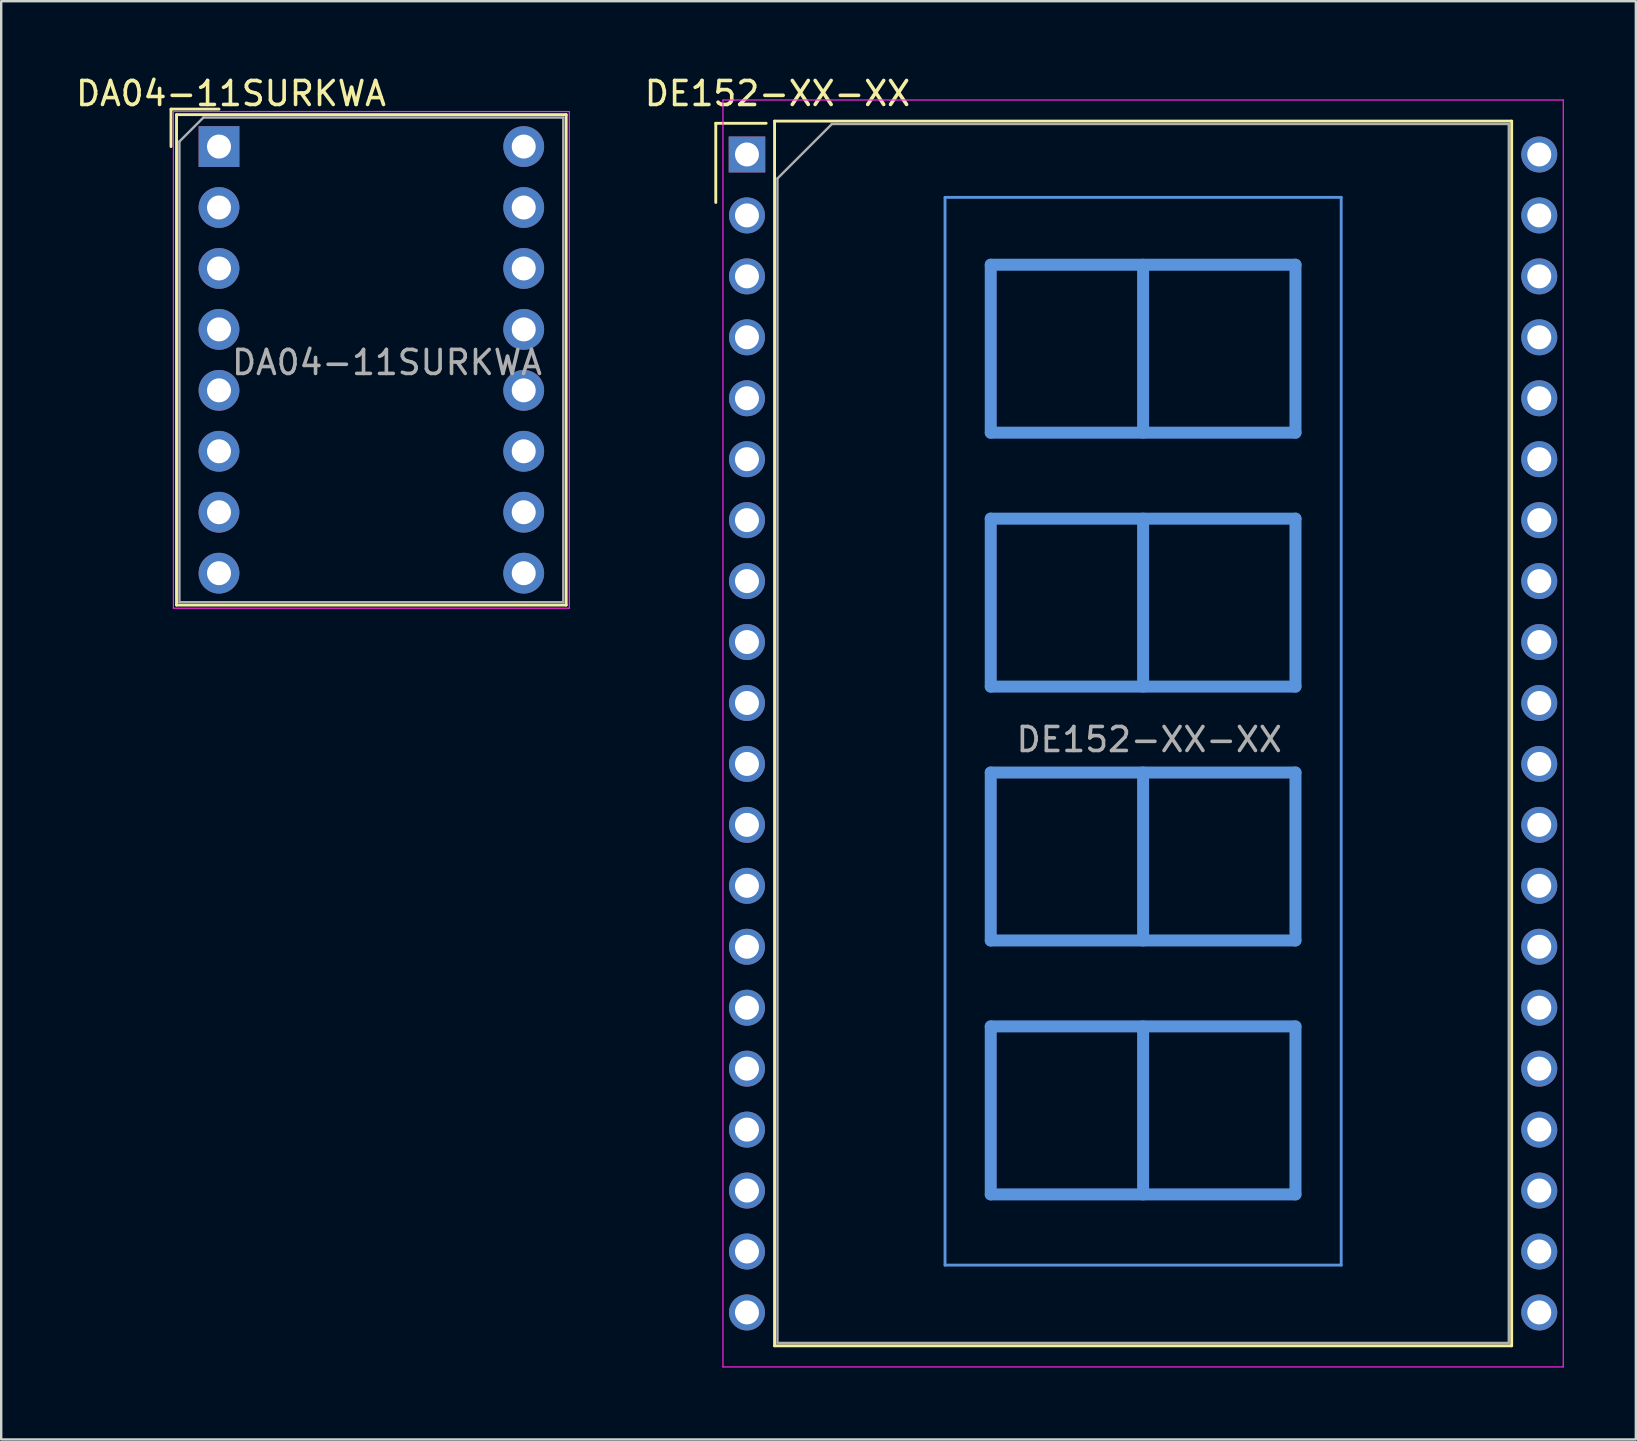
<source format=kicad_pcb>
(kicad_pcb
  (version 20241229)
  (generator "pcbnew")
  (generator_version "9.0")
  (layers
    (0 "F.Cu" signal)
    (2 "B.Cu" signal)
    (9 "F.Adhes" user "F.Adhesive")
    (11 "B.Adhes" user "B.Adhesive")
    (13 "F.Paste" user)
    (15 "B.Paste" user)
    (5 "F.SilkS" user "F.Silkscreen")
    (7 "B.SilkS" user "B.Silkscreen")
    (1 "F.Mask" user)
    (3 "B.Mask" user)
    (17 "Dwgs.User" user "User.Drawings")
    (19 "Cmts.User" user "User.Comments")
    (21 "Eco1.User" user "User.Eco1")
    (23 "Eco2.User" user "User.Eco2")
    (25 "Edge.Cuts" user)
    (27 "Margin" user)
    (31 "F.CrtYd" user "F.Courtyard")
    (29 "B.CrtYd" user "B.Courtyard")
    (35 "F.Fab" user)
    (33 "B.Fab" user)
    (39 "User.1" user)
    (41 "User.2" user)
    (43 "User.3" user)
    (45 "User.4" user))
  (footprint "DE152-XX-XX"
    (layer "F.Cu")
    (at 28.081 3.388)
    (property "Reference" "DE152-XX-XX" (at 1.27 -2.54 0) (layer "F.SilkS") (effects (font (size 1 1) (thickness 0.15))))
    (attr through_hole)
    (fp_line (start -1.3 -1.3) (end -1.3 2) (stroke (width 0.12) (type solid)) (layer "F.SilkS"))
    (fp_line (start -1.3 -1.3) (end 0.8 -1.3) (stroke (width 0.12) (type solid)) (layer "F.SilkS"))
    (fp_line (start 1.15 -1.39) (end 1.15 49.65) (stroke (width 0.12) (type solid)) (layer "F.SilkS"))
    (fp_line (start 1.15 49.65) (end 31.87 49.65) (stroke (width 0.12) (type solid)) (layer "F.SilkS"))
    (fp_line (start 31.87 -1.39) (end 1.15 -1.39) (stroke (width 0.12) (type solid)) (layer "F.SilkS"))
    (fp_line (start 31.87 49.65) (end 31.87 -1.39) (stroke (width 0.12) (type solid)) (layer "F.SilkS"))
    (fp_line (start 8.255 1.788) (end 8.255 46.288) (stroke (width 0.12) (type solid)) (layer "Cmts.User"))
    (fp_line (start 8.255 1.788) (end 24.765 1.788) (stroke (width 0.12) (type solid)) (layer "Cmts.User"))
    (fp_line (start 8.255 46.288) (end 24.765 46.288) (stroke (width 0.12) (type solid)) (layer "Cmts.User"))
    (fp_line (start 10.16 4.595) (end 22.86 4.595) (stroke (width 0.5) (type solid)) (layer "Cmts.User"))
    (fp_line (start 10.16 11.595) (end 10.16 4.595) (stroke (width 0.5) (type solid)) (layer "Cmts.User"))
    (fp_line (start 10.16 15.177) (end 22.86 15.177) (stroke (width 0.5) (type solid)) (layer "Cmts.User"))
    (fp_line (start 10.16 22.177) (end 10.16 15.177) (stroke (width 0.5) (type solid)) (layer "Cmts.User"))
    (fp_line (start 10.16 25.758) (end 22.86 25.758) (stroke (width 0.5) (type solid)) (layer "Cmts.User"))
    (fp_line (start 10.16 32.758) (end 10.16 25.758) (stroke (width 0.5) (type solid)) (layer "Cmts.User"))
    (fp_line (start 10.16 36.34) (end 22.86 36.34) (stroke (width 0.5) (type solid)) (layer "Cmts.User"))
    (fp_line (start 10.16 43.34) (end 10.16 36.34) (stroke (width 0.5) (type solid)) (layer "Cmts.User"))
    (fp_line (start 16.51 4.595) (end 16.51 11.595) (stroke (width 0.5) (type solid)) (layer "Cmts.User"))
    (fp_line (start 16.51 15.177) (end 16.51 22.177) (stroke (width 0.5) (type solid)) (layer "Cmts.User"))
    (fp_line (start 16.51 25.758) (end 16.51 32.758) (stroke (width 0.5) (type solid)) (layer "Cmts.User"))
    (fp_line (start 16.51 36.34) (end 16.51 43.34) (stroke (width 0.5) (type solid)) (layer "Cmts.User"))
    (fp_line (start 22.86 4.595) (end 22.86 11.595) (stroke (width 0.5) (type solid)) (layer "Cmts.User"))
    (fp_line (start 22.86 11.595) (end 10.16 11.595) (stroke (width 0.5) (type solid)) (layer "Cmts.User"))
    (fp_line (start 22.86 15.177) (end 22.86 22.177) (stroke (width 0.5) (type solid)) (layer "Cmts.User"))
    (fp_line (start 22.86 22.177) (end 10.16 22.177) (stroke (width 0.5) (type solid)) (layer "Cmts.User"))
    (fp_line (start 22.86 25.758) (end 22.86 32.758) (stroke (width 0.5) (type solid)) (layer "Cmts.User"))
    (fp_line (start 22.86 32.758) (end 10.16 32.758) (stroke (width 0.5) (type solid)) (layer "Cmts.User"))
    (fp_line (start 22.86 36.34) (end 22.86 43.34) (stroke (width 0.5) (type solid)) (layer "Cmts.User"))
    (fp_line (start 22.86 43.34) (end 10.16 43.34) (stroke (width 0.5) (type solid)) (layer "Cmts.User"))
    (fp_line (start 24.765 46.288) (end 24.765 1.788) (stroke (width 0.12) (type solid)) (layer "Cmts.User"))
    (fp_line (start -1 -2.27) (end 34.02 -2.27) (stroke (width 0.05) (type solid)) (layer "F.CrtYd"))
    (fp_line (start -1 50.53) (end -1 -2.27) (stroke (width 0.05) (type solid)) (layer "F.CrtYd"))
    (fp_line (start 34.02 -2.27) (end 34.02 50.53) (stroke (width 0.05) (type solid)) (layer "F.CrtYd"))
    (fp_line (start 34.02 50.53) (end -1 50.53) (stroke (width 0.05) (type solid)) (layer "F.CrtYd"))
    (fp_line (start 1.27 1) (end 3.54 -1.27) (stroke (width 0.1) (type solid)) (layer "F.Fab"))
    (fp_line (start 1.27 49.53) (end 1.27 1) (stroke (width 0.1) (type solid)) (layer "F.Fab"))
    (fp_line (start 3.54 -1.27) (end 31.75 -1.27) (stroke (width 0.1) (type solid)) (layer "F.Fab"))
    (fp_line (start 31.75 -1.27) (end 31.75 49.53) (stroke (width 0.1) (type solid)) (layer "F.Fab"))
    (fp_line (start 31.75 49.53) (end 1.27 49.53) (stroke (width 0.1) (type solid)) (layer "F.Fab"))
    (fp_text user "${REFERENCE}" (at 16.764 24.384 0) (layer "F.Fab") (effects (font (size 1 1) (thickness 0.15))))
    (pad "1" thru_hole rect (at 0 0 270) (size 1.5 1.524) (drill 1) (layers "*.Cu" "*.Mask"))
    (pad "2" thru_hole circle (at 0 2.54 270) (size 1.5 1.5) (drill 1) (layers "*.Cu" "*.Mask"))
    (pad "3" thru_hole circle (at 0 5.08 270) (size 1.5 1.5) (drill 1) (layers "*.Cu" "*.Mask"))
    (pad "4" thru_hole circle (at 0 7.62 270) (size 1.5 1.5) (drill 1) (layers "*.Cu" "*.Mask"))
    (pad "5" thru_hole circle (at 0 10.16 270) (size 1.5 1.5) (drill 1) (layers "*.Cu" "*.Mask"))
    (pad "6" thru_hole circle (at 0 12.7 270) (size 1.5 1.5) (drill 1) (layers "*.Cu" "*.Mask"))
    (pad "7" thru_hole circle (at 0 15.24 270) (size 1.5 1.5) (drill 1) (layers "*.Cu" "*.Mask"))
    (pad "8" thru_hole circle (at 0 17.78 270) (size 1.5 1.5) (drill 1) (layers "*.Cu" "*.Mask"))
    (pad "9" thru_hole circle (at 0 20.32 270) (size 1.5 1.5) (drill 1) (layers "*.Cu" "*.Mask"))
    (pad "10" thru_hole circle (at 0 22.86 270) (size 1.5 1.5) (drill 1) (layers "*.Cu" "*.Mask"))
    (pad "11" thru_hole circle (at 0 25.4 270) (size 1.5 1.5) (drill 1) (layers "*.Cu" "*.Mask"))
    (pad "12" thru_hole circle (at 0 27.94 270) (size 1.5 1.5) (drill 1) (layers "*.Cu" "*.Mask"))
    (pad "13" thru_hole circle (at 0 30.48 270) (size 1.5 1.5) (drill 1) (layers "*.Cu" "*.Mask"))
    (pad "14" thru_hole circle (at 0 33.02 270) (size 1.5 1.5) (drill 1) (layers "*.Cu" "*.Mask"))
    (pad "15" thru_hole circle (at 0 35.56 270) (size 1.5 1.5) (drill 1) (layers "*.Cu" "*.Mask"))
    (pad "16" thru_hole circle (at 0 38.1 270) (size 1.5 1.5) (drill 1) (layers "*.Cu" "*.Mask"))
    (pad "17" thru_hole circle (at 0 40.64 270) (size 1.5 1.5) (drill 1) (layers "*.Cu" "*.Mask"))
    (pad "18" thru_hole circle (at 0 43.18 270) (size 1.5 1.5) (drill 1) (layers "*.Cu" "*.Mask"))
    (pad "19" thru_hole circle (at 0 45.72 270) (size 1.5 1.5) (drill 1) (layers "*.Cu" "*.Mask"))
    (pad "20" thru_hole circle (at 0 48.26 270) (size 1.5 1.5) (drill 1) (layers "*.Cu" "*.Mask"))
    (pad "21" thru_hole circle (at 33.02 48.26 90) (size 1.5 1.5) (drill 1) (layers "*.Cu" "*.Mask"))
    (pad "22" thru_hole circle (at 33.02 45.72 90) (size 1.5 1.5) (drill 1) (layers "*.Cu" "*.Mask"))
    (pad "23" thru_hole circle (at 33.02 43.18 90) (size 1.5 1.5) (drill 1) (layers "*.Cu" "*.Mask"))
    (pad "24" thru_hole circle (at 33.02 40.64 90) (size 1.5 1.5) (drill 1) (layers "*.Cu" "*.Mask"))
    (pad "25" thru_hole circle (at 33.02 38.1 90) (size 1.5 1.5) (drill 1) (layers "*.Cu" "*.Mask"))
    (pad "26" thru_hole circle (at 33.02 35.56 270) (size 1.5 1.5) (drill 1) (layers "*.Cu" "*.Mask"))
    (pad "27" thru_hole circle (at 33.02 33.02 270) (size 1.5 1.5) (drill 1) (layers "*.Cu" "*.Mask"))
    (pad "28" thru_hole circle (at 33.02 30.48 270) (size 1.5 1.5) (drill 1) (layers "*.Cu" "*.Mask"))
    (pad "29" thru_hole circle (at 33.02 27.94 270) (size 1.5 1.5) (drill 1) (layers "*.Cu" "*.Mask"))
    (pad "30" thru_hole circle (at 33.02 25.4 270) (size 1.5 1.5) (drill 1) (layers "*.Cu" "*.Mask"))
    (pad "31" thru_hole circle (at 33.02 22.86 270) (size 1.5 1.5) (drill 1) (layers "*.Cu" "*.Mask"))
    (pad "32" thru_hole circle (at 33.02 20.32 270) (size 1.5 1.5) (drill 1) (layers "*.Cu" "*.Mask"))
    (pad "33" thru_hole circle (at 33.02 17.78 270) (size 1.5 1.5) (drill 1) (layers "*.Cu" "*.Mask"))
    (pad "34" thru_hole circle (at 33.02 15.24 270) (size 1.5 1.5) (drill 1) (layers "*.Cu" "*.Mask"))
    (pad "35" thru_hole circle (at 33.02 12.7 270) (size 1.5 1.5) (drill 1) (layers "*.Cu" "*.Mask"))
    (pad "36" thru_hole circle (at 33.02 10.16 270) (size 1.5 1.5) (drill 1) (layers "*.Cu" "*.Mask"))
    (pad "37" thru_hole circle (at 33.02 7.62 270) (size 1.5 1.5) (drill 1) (layers "*.Cu" "*.Mask"))
    (pad "38" thru_hole circle (at 33.02 5.08 270) (size 1.5 1.5) (drill 1) (layers "*.Cu" "*.Mask"))
    (pad "39" thru_hole circle (at 33.02 2.54 270) (size 1.5 1.5) (drill 1) (layers "*.Cu" "*.Mask"))
    (pad "40" thru_hole circle (at 33.02 0 270) (size 1.5 1.5) (drill 1) (layers "*.Cu" "*.Mask")))
  (footprint "DA04-11SURKWA"
    (layer "F.Cu")
    (at 6.077 3.058)
    (property "Reference" "DA04-11SURKWA" (at 0.5 -2.21 0) (layer "F.SilkS") (effects (font (size 1 1) (thickness 0.15))))
    (attr through_hole)
    (fp_line (start -2 -1.56) (end -2 0) (stroke (width 0.12) (type solid)) (layer "F.SilkS"))
    (fp_line (start -2 -1.56) (end 0 -1.56) (stroke (width 0.12) (type solid)) (layer "F.SilkS"))
    (fp_line (start -1.77 -1.33) (end 14.47 -1.33) (stroke (width 0.12) (type solid)) (layer "F.SilkS"))
    (fp_line (start -1.77 19.11) (end -1.77 -1.33) (stroke (width 0.12) (type solid)) (layer "F.SilkS"))
    (fp_line (start 14.47 -1.33) (end 14.47 19.11) (stroke (width 0.12) (type solid)) (layer "F.SilkS"))
    (fp_line (start 14.47 19.11) (end -1.77 19.11) (stroke (width 0.12) (type solid)) (layer "F.SilkS"))
    (fp_line (start -1.9 -1.46) (end 14.6 -1.46) (stroke (width 0.05) (type solid)) (layer "F.CrtYd"))
    (fp_line (start -1.9 19.24) (end -1.9 -1.46) (stroke (width 0.05) (type solid)) (layer "F.CrtYd"))
    (fp_line (start 14.6 -1.46) (end 14.6 19.24) (stroke (width 0.05) (type solid)) (layer "F.CrtYd"))
    (fp_line (start 14.6 19.24) (end -1.9 19.24) (stroke (width 0.05) (type solid)) (layer "F.CrtYd"))
    (fp_line (start -1.65 -0.21) (end -0.65 -1.21) (stroke (width 0.1) (type solid)) (layer "F.Fab"))
    (fp_line (start -1.65 18.99) (end -1.65 -0.21) (stroke (width 0.1) (type solid)) (layer "F.Fab"))
    (fp_line (start -0.65 -1.21) (end 14.35 -1.21) (stroke (width 0.1) (type solid)) (layer "F.Fab"))
    (fp_line (start 14.35 -1.21) (end 14.35 18.99) (stroke (width 0.1) (type solid)) (layer "F.Fab"))
    (fp_line (start 14.35 18.99) (end -1.65 18.99) (stroke (width 0.1) (type solid)) (layer "F.Fab"))
    (fp_text user "${REFERENCE}" (at 7 9 0) (layer "F.Fab") (effects (font (size 1 1) (thickness 0.15))))
    (pad "1" thru_hole rect (at 0 0) (size 1.7 1.7) (drill 1) (layers "*.Cu" "*.Mask"))
    (pad "2" thru_hole circle (at 0 2.54) (size 1.7 1.7) (drill 1) (layers "*.Cu" "*.Mask"))
    (pad "3" thru_hole circle (at 0 5.08) (size 1.7 1.7) (drill 1) (layers "*.Cu" "*.Mask"))
    (pad "4" thru_hole circle (at 0 7.62) (size 1.7 1.7) (drill 1) (layers "*.Cu" "*.Mask"))
    (pad "5" thru_hole circle (at 0 10.16) (size 1.7 1.7) (drill 1) (layers "*.Cu" "*.Mask"))
    (pad "6" thru_hole circle (at 0 12.7) (size 1.7 1.7) (drill 1) (layers "*.Cu" "*.Mask"))
    (pad "7" thru_hole circle (at 0 15.24) (size 1.7 1.7) (drill 1) (layers "*.Cu" "*.Mask"))
    (pad "8" thru_hole circle (at 0 17.78) (size 1.7 1.7) (drill 1) (layers "*.Cu" "*.Mask"))
    (pad "9" thru_hole circle (at 12.7 17.78) (size 1.7 1.7) (drill 1) (layers "*.Cu" "*.Mask"))
    (pad "10" thru_hole circle (at 12.7 15.24) (size 1.7 1.7) (drill 1) (layers "*.Cu" "*.Mask"))
    (pad "11" thru_hole circle (at 12.7 12.7) (size 1.7 1.7) (drill 1) (layers "*.Cu" "*.Mask"))
    (pad "12" thru_hole circle (at 12.7 10.16) (size 1.7 1.7) (drill 1) (layers "*.Cu" "*.Mask"))
    (pad "13" thru_hole circle (at 12.7 7.62) (size 1.7 1.7) (drill 1) (layers "*.Cu" "*.Mask"))
    (pad "14" thru_hole circle (at 12.7 5.08) (size 1.7 1.7) (drill 1) (layers "*.Cu" "*.Mask"))
    (pad "15" thru_hole circle (at 12.7 2.54) (size 1.7 1.7) (drill 1) (layers "*.Cu" "*.Mask"))
    (pad "16" thru_hole circle (at 12.7 0) (size 1.7 1.7) (drill 1) (layers "*.Cu" "*.Mask")))
  (gr_rect
    (start -3 -3)
    (end 65.126 56.943)
    (stroke (width 0.1) (type default))
    (fill no)
    (layer "Edge.Cuts")))
</source>
